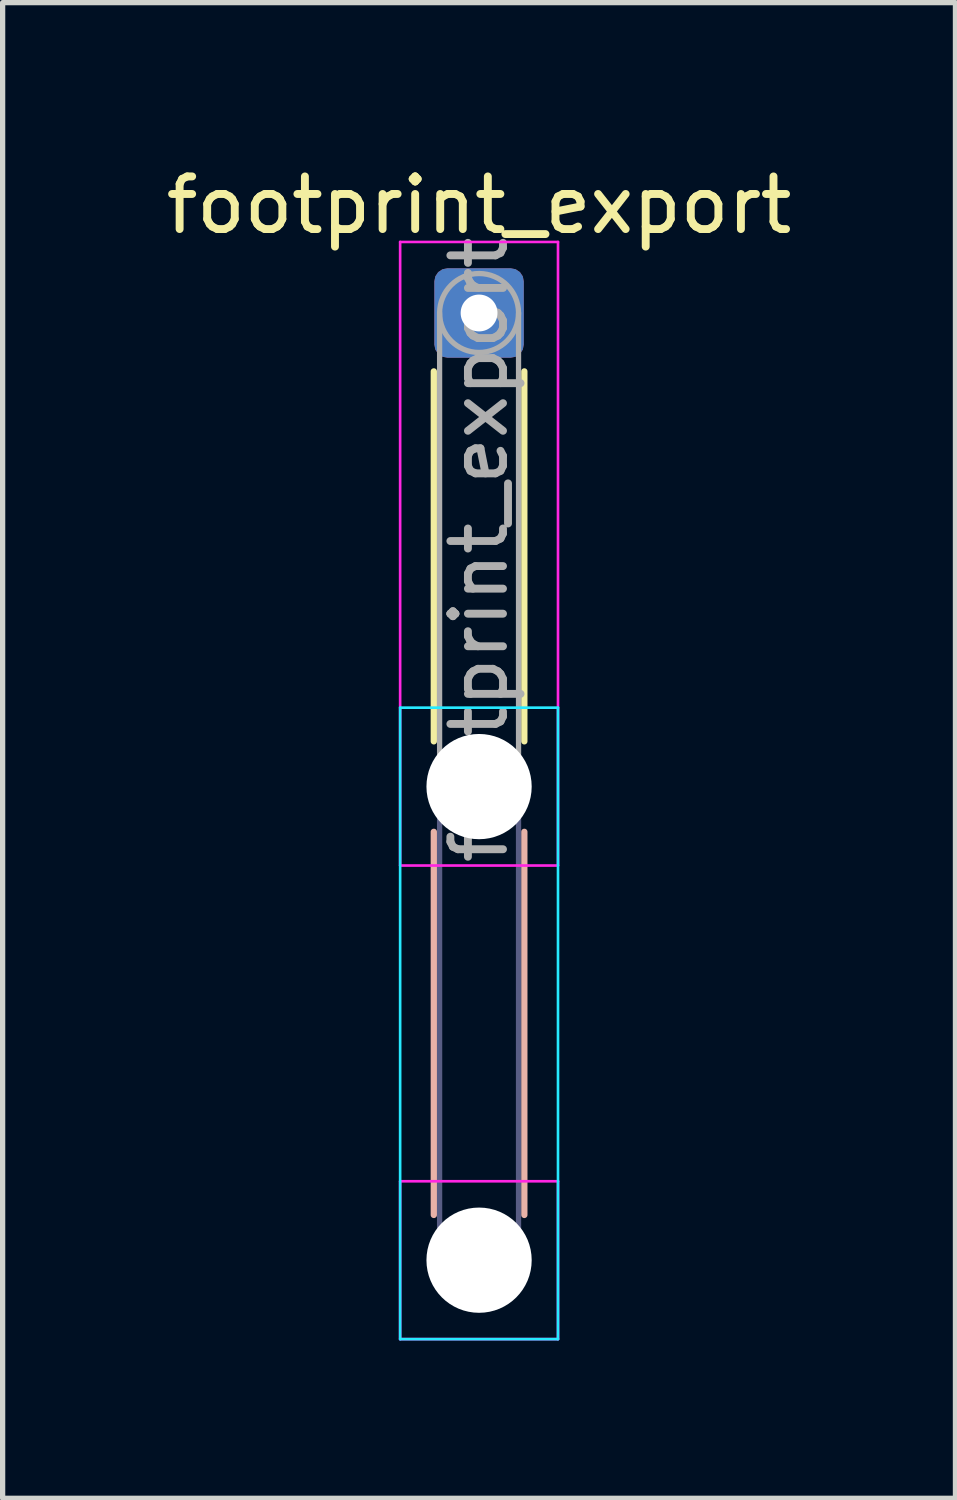
<source format=kicad_pcb>
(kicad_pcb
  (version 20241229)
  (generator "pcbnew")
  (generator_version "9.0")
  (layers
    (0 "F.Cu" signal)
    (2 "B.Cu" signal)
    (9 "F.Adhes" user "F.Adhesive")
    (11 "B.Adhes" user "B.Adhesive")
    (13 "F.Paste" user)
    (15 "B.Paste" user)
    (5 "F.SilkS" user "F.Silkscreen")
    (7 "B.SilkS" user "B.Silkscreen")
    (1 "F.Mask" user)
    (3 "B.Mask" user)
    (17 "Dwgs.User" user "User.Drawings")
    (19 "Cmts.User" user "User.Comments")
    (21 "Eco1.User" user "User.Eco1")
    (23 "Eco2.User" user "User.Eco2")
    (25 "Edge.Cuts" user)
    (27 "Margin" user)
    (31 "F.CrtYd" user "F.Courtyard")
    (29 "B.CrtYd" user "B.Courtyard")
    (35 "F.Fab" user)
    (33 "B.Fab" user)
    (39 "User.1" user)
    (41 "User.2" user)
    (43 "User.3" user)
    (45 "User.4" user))
  (footprint "footprint_export"
    (layer "F.Cu")
    (at 6.054 2.898)
    (property "Reference" "footprint_export" (at 0 -2.05 0) (layer "F.SilkS") (effects (font (size 1 1) (thickness 0.15))))
    (attr exclude_from_pos_files exclude_from_bom)
    (fp_line (start -0.86 1.11) (end -0.86 8.14) (stroke (width 0.12) (type solid)) (layer "F.SilkS"))
    (fp_line (start 0.86 1.11) (end 0.86 8.14) (stroke (width 0.12) (type solid)) (layer "F.SilkS"))
    (fp_line (start -0.86 9.86) (end -0.86 17.14) (stroke (width 0.12) (type solid)) (layer "B.SilkS"))
    (fp_line (start 0.86 9.86) (end 0.86 17.14) (stroke (width 0.12) (type solid)) (layer "B.SilkS"))
    (fp_line (start -1.5 7.5) (end -1.5 19.5) (stroke (width 0.05) (type solid)) (layer "B.CrtYd"))
    (fp_line (start -1.5 19.5) (end 1.5 19.5) (stroke (width 0.05) (type solid)) (layer "B.CrtYd"))
    (fp_line (start 1.5 7.5) (end -1.5 7.5) (stroke (width 0.05) (type solid)) (layer "B.CrtYd"))
    (fp_line (start 1.5 19.5) (end 1.5 7.5) (stroke (width 0.05) (type solid)) (layer "B.CrtYd"))
    (fp_line (start -1.5 -1.35) (end -1.5 10.5) (stroke (width 0.05) (type solid)) (layer "F.CrtYd"))
    (fp_line (start -1.5 10.5) (end 1.5 10.5) (stroke (width 0.05) (type solid)) (layer "F.CrtYd"))
    (fp_line (start -1.5 16.5) (end -1.5 19.5) (stroke (width 0.05) (type solid)) (layer "F.CrtYd"))
    (fp_line (start -1.5 19.5) (end 1.5 19.5) (stroke (width 0.05) (type solid)) (layer "F.CrtYd"))
    (fp_line (start 1.5 -1.35) (end -1.5 -1.35) (stroke (width 0.05) (type solid)) (layer "F.CrtYd"))
    (fp_line (start 1.5 10.5) (end 1.5 -1.35) (stroke (width 0.05) (type solid)) (layer "F.CrtYd"))
    (fp_line (start 1.5 16.5) (end -1.5 16.5) (stroke (width 0.05) (type solid)) (layer "F.CrtYd"))
    (fp_line (start 1.5 19.5) (end 1.5 16.5) (stroke (width 0.05) (type solid)) (layer "F.CrtYd"))
    (fp_line (start -0.75 9) (end -0.75 18) (stroke (width 0.1) (type solid)) (layer "B.Fab"))
    (fp_line (start 0.75 9) (end 0.75 18) (stroke (width 0.1) (type solid)) (layer "B.Fab"))
    (fp_circle (center 0 9) (end 0.75 9) (stroke (width 0.1) (type solid)) (fill no) (layer "B.Fab"))
    (fp_circle (center 0 18) (end 0.75 18) (stroke (width 0.1) (type solid)) (fill no) (layer "B.Fab"))
    (fp_line (start -0.75 0) (end -0.75 9) (stroke (width 0.1) (type solid)) (layer "F.Fab"))
    (fp_line (start 0.75 0) (end 0.75 9) (stroke (width 0.1) (type solid)) (layer "F.Fab"))
    (fp_circle (center 0 0) (end 0.75 0) (stroke (width 0.1) (type solid)) (fill no) (layer "F.Fab"))
    (fp_circle (center 0 9) (end 0.75 9) (stroke (width 0.1) (type solid)) (fill no) (layer "F.Fab"))
    (fp_circle (center 0 18) (end 0.75 18) (stroke (width 0.1) (type solid)) (fill no) (layer "F.Fab"))
    (fp_text user "${REFERENCE}" (at 0 4.5 90) (layer "F.Fab") (effects (font (size 1 1) (thickness 0.15))))
    (pad "" np_thru_hole circle (at 0 9) (size 2 2) (drill 2) (layers "*.Cu" "*.Mask"))
    (pad "" np_thru_hole circle (at 0 18) (size 2 2) (drill 2) (layers "*.Cu" "*.Mask"))
    (pad "1" thru_hole roundrect (at 0 0) (size 1.7 1.7) (drill 0.7) (layers "*.Cu" "*.Mask") (roundrect_rratio 0.147)))
  (gr_rect
    (start -3 -3)
    (end 15.107 25.423)
    (stroke (width 0.1) (type default))
    (fill no)
    (layer "Edge.Cuts")))
</source>
